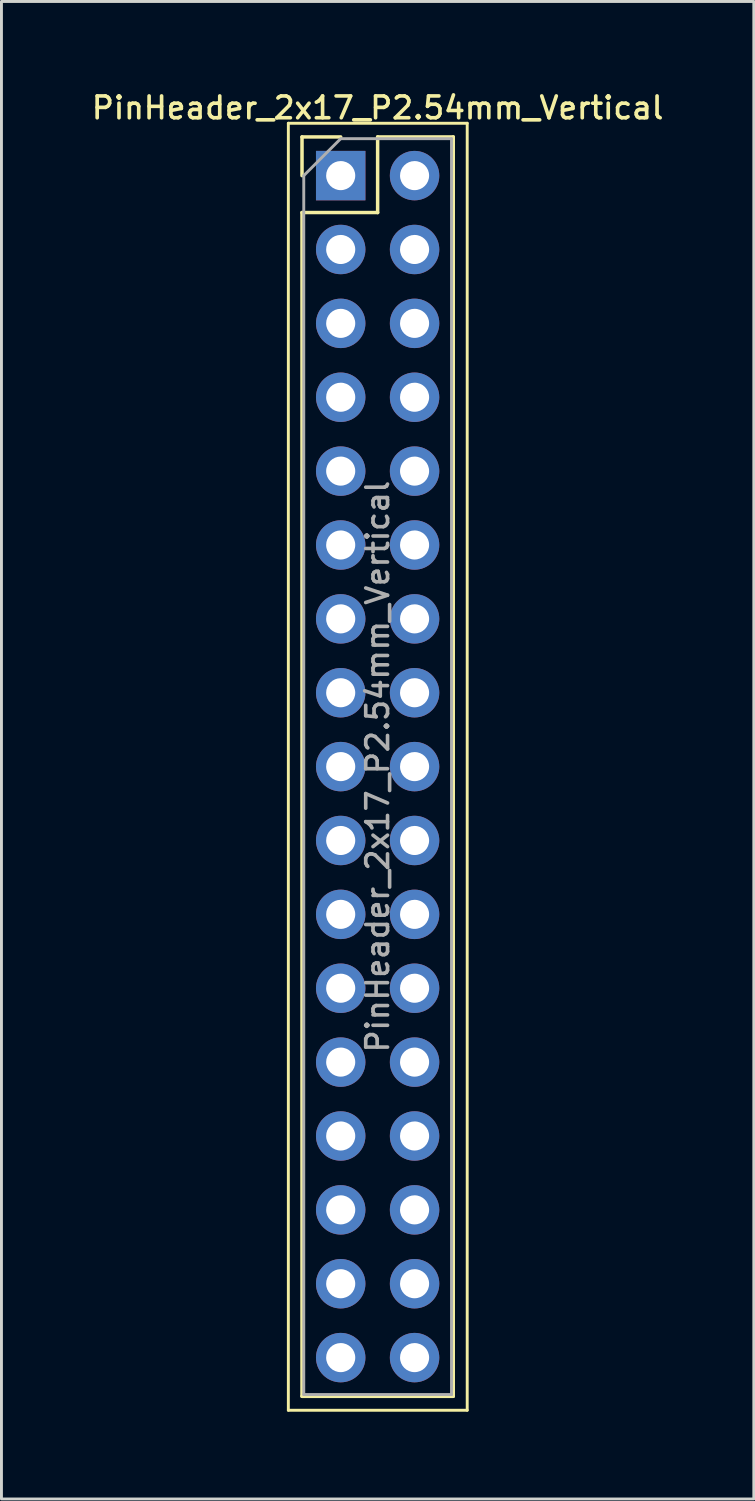
<source format=kicad_pcb>
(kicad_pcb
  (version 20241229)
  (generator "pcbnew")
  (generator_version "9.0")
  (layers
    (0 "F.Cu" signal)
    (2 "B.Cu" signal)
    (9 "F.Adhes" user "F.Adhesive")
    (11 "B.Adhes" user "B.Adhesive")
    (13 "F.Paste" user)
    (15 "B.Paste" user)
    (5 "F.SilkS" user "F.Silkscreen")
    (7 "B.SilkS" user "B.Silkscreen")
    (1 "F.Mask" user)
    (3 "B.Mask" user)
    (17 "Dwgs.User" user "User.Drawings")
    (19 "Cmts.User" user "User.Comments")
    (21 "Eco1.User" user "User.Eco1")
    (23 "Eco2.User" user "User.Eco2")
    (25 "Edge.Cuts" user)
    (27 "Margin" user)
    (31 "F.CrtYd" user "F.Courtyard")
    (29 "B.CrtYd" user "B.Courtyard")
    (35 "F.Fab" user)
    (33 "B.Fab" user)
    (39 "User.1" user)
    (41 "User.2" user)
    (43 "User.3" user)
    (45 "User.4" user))
  (footprint "PinHeader_2x17_P2.54mm_Vertical"
    (layer "F.Cu")
    (at 8.664 2.988)
    (property "Reference" "PinHeader_2x17_P2.54mm_Vertical" (at 1.27 -2.33 0) (layer "F.SilkS") (effects (font (size 0.75 0.75) (thickness 0.125))))
    (attr through_hole)
    (fp_line (start -1.8 -1.8) (end -1.8 42.45) (stroke (width 0.1) (type solid)) (layer "F.SilkS"))
    (fp_line (start -1.8 42.45) (end 4.35 42.45) (stroke (width 0.1) (type solid)) (layer "F.SilkS"))
    (fp_line (start -1.33 -1.33) (end 0 -1.33) (stroke (width 0.12) (type solid)) (layer "F.SilkS"))
    (fp_line (start -1.33 0) (end -1.33 -1.33) (stroke (width 0.12) (type solid)) (layer "F.SilkS"))
    (fp_line (start -1.33 1.27) (end -1.33 41.97) (stroke (width 0.12) (type solid)) (layer "F.SilkS"))
    (fp_line (start -1.33 1.27) (end 1.27 1.27) (stroke (width 0.12) (type solid)) (layer "F.SilkS"))
    (fp_line (start -1.33 41.97) (end 3.87 41.97) (stroke (width 0.12) (type solid)) (layer "F.SilkS"))
    (fp_line (start 1.27 -1.33) (end 3.87 -1.33) (stroke (width 0.12) (type solid)) (layer "F.SilkS"))
    (fp_line (start 1.27 1.27) (end 1.27 -1.33) (stroke (width 0.12) (type solid)) (layer "F.SilkS"))
    (fp_line (start 3.87 -1.33) (end 3.87 41.97) (stroke (width 0.12) (type solid)) (layer "F.SilkS"))
    (fp_line (start 4.35 -1.8) (end -1.8 -1.8) (stroke (width 0.1) (type solid)) (layer "F.SilkS"))
    (fp_line (start 4.35 42.45) (end 4.35 -1.8) (stroke (width 0.1) (type solid)) (layer "F.SilkS"))
    (fp_line (start -1.27 0) (end 0 -1.27) (stroke (width 0.1) (type solid)) (layer "F.Fab"))
    (fp_line (start -1.27 41.91) (end -1.27 0) (stroke (width 0.1) (type solid)) (layer "F.Fab"))
    (fp_line (start 0 -1.27) (end 3.81 -1.27) (stroke (width 0.1) (type solid)) (layer "F.Fab"))
    (fp_line (start 3.81 -1.27) (end 3.81 41.91) (stroke (width 0.1) (type solid)) (layer "F.Fab"))
    (fp_line (start 3.81 41.91) (end -1.27 41.91) (stroke (width 0.1) (type solid)) (layer "F.Fab"))
    (fp_text user "${REFERENCE}" (at 1.27 20.32 90) (layer "F.Fab") (effects (font (size 0.75 0.75) (thickness 0.125))))
    (pad "1" thru_hole rect (at 0 0) (size 1.7 1.7) (drill 1) (layers "*.Cu" "*.Mask"))
    (pad "2" thru_hole oval (at 2.54 0) (size 1.7 1.7) (drill 1) (layers "*.Cu" "*.Mask"))
    (pad "3" thru_hole oval (at 0 2.54) (size 1.7 1.7) (drill 1) (layers "*.Cu" "*.Mask"))
    (pad "4" thru_hole oval (at 2.54 2.54) (size 1.7 1.7) (drill 1) (layers "*.Cu" "*.Mask"))
    (pad "5" thru_hole oval (at 0 5.08) (size 1.7 1.7) (drill 1) (layers "*.Cu" "*.Mask"))
    (pad "6" thru_hole oval (at 2.54 5.08) (size 1.7 1.7) (drill 1) (layers "*.Cu" "*.Mask"))
    (pad "7" thru_hole oval (at 0 7.62) (size 1.7 1.7) (drill 1) (layers "*.Cu" "*.Mask"))
    (pad "8" thru_hole oval (at 2.54 7.62) (size 1.7 1.7) (drill 1) (layers "*.Cu" "*.Mask"))
    (pad "9" thru_hole oval (at 0 10.16) (size 1.7 1.7) (drill 1) (layers "*.Cu" "*.Mask"))
    (pad "10" thru_hole oval (at 2.54 10.16) (size 1.7 1.7) (drill 1) (layers "*.Cu" "*.Mask"))
    (pad "11" thru_hole oval (at 0 12.7) (size 1.7 1.7) (drill 1) (layers "*.Cu" "*.Mask"))
    (pad "12" thru_hole oval (at 2.54 12.7) (size 1.7 1.7) (drill 1) (layers "*.Cu" "*.Mask"))
    (pad "13" thru_hole oval (at 0 15.24) (size 1.7 1.7) (drill 1) (layers "*.Cu" "*.Mask"))
    (pad "14" thru_hole oval (at 2.54 15.24) (size 1.7 1.7) (drill 1) (layers "*.Cu" "*.Mask"))
    (pad "15" thru_hole oval (at 0 17.78) (size 1.7 1.7) (drill 1) (layers "*.Cu" "*.Mask"))
    (pad "16" thru_hole oval (at 2.54 17.78) (size 1.7 1.7) (drill 1) (layers "*.Cu" "*.Mask"))
    (pad "17" thru_hole oval (at 0 20.32) (size 1.7 1.7) (drill 1) (layers "*.Cu" "*.Mask"))
    (pad "18" thru_hole oval (at 2.54 20.32) (size 1.7 1.7) (drill 1) (layers "*.Cu" "*.Mask"))
    (pad "19" thru_hole oval (at 0 22.86) (size 1.7 1.7) (drill 1) (layers "*.Cu" "*.Mask"))
    (pad "20" thru_hole oval (at 2.54 22.86) (size 1.7 1.7) (drill 1) (layers "*.Cu" "*.Mask"))
    (pad "21" thru_hole oval (at 0 25.4) (size 1.7 1.7) (drill 1) (layers "*.Cu" "*.Mask"))
    (pad "22" thru_hole oval (at 2.54 25.4) (size 1.7 1.7) (drill 1) (layers "*.Cu" "*.Mask"))
    (pad "23" thru_hole oval (at 0 27.94) (size 1.7 1.7) (drill 1) (layers "*.Cu" "*.Mask"))
    (pad "24" thru_hole oval (at 2.54 27.94) (size 1.7 1.7) (drill 1) (layers "*.Cu" "*.Mask"))
    (pad "25" thru_hole oval (at 0 30.48) (size 1.7 1.7) (drill 1) (layers "*.Cu" "*.Mask"))
    (pad "26" thru_hole oval (at 2.54 30.48) (size 1.7 1.7) (drill 1) (layers "*.Cu" "*.Mask"))
    (pad "27" thru_hole oval (at 0 33.02) (size 1.7 1.7) (drill 1) (layers "*.Cu" "*.Mask"))
    (pad "28" thru_hole oval (at 2.54 33.02) (size 1.7 1.7) (drill 1) (layers "*.Cu" "*.Mask"))
    (pad "29" thru_hole oval (at 0 35.56) (size 1.7 1.7) (drill 1) (layers "*.Cu" "*.Mask"))
    (pad "30" thru_hole oval (at 2.54 35.56) (size 1.7 1.7) (drill 1) (layers "*.Cu" "*.Mask"))
    (pad "31" thru_hole oval (at 0 38.1) (size 1.7 1.7) (drill 1) (layers "*.Cu" "*.Mask"))
    (pad "32" thru_hole oval (at 2.54 38.1) (size 1.7 1.7) (drill 1) (layers "*.Cu" "*.Mask"))
    (pad "33" thru_hole oval (at 0 40.64) (size 1.7 1.7) (drill 1) (layers "*.Cu" "*.Mask"))
    (pad "34" thru_hole oval (at 2.54 40.64) (size 1.7 1.7) (drill 1) (layers "*.Cu" "*.Mask")))
  (gr_rect
    (start -3 -3)
    (end 22.868 48.488)
    (stroke (width 0.1) (type default))
    (fill no)
    (layer "Edge.Cuts")))
</source>
